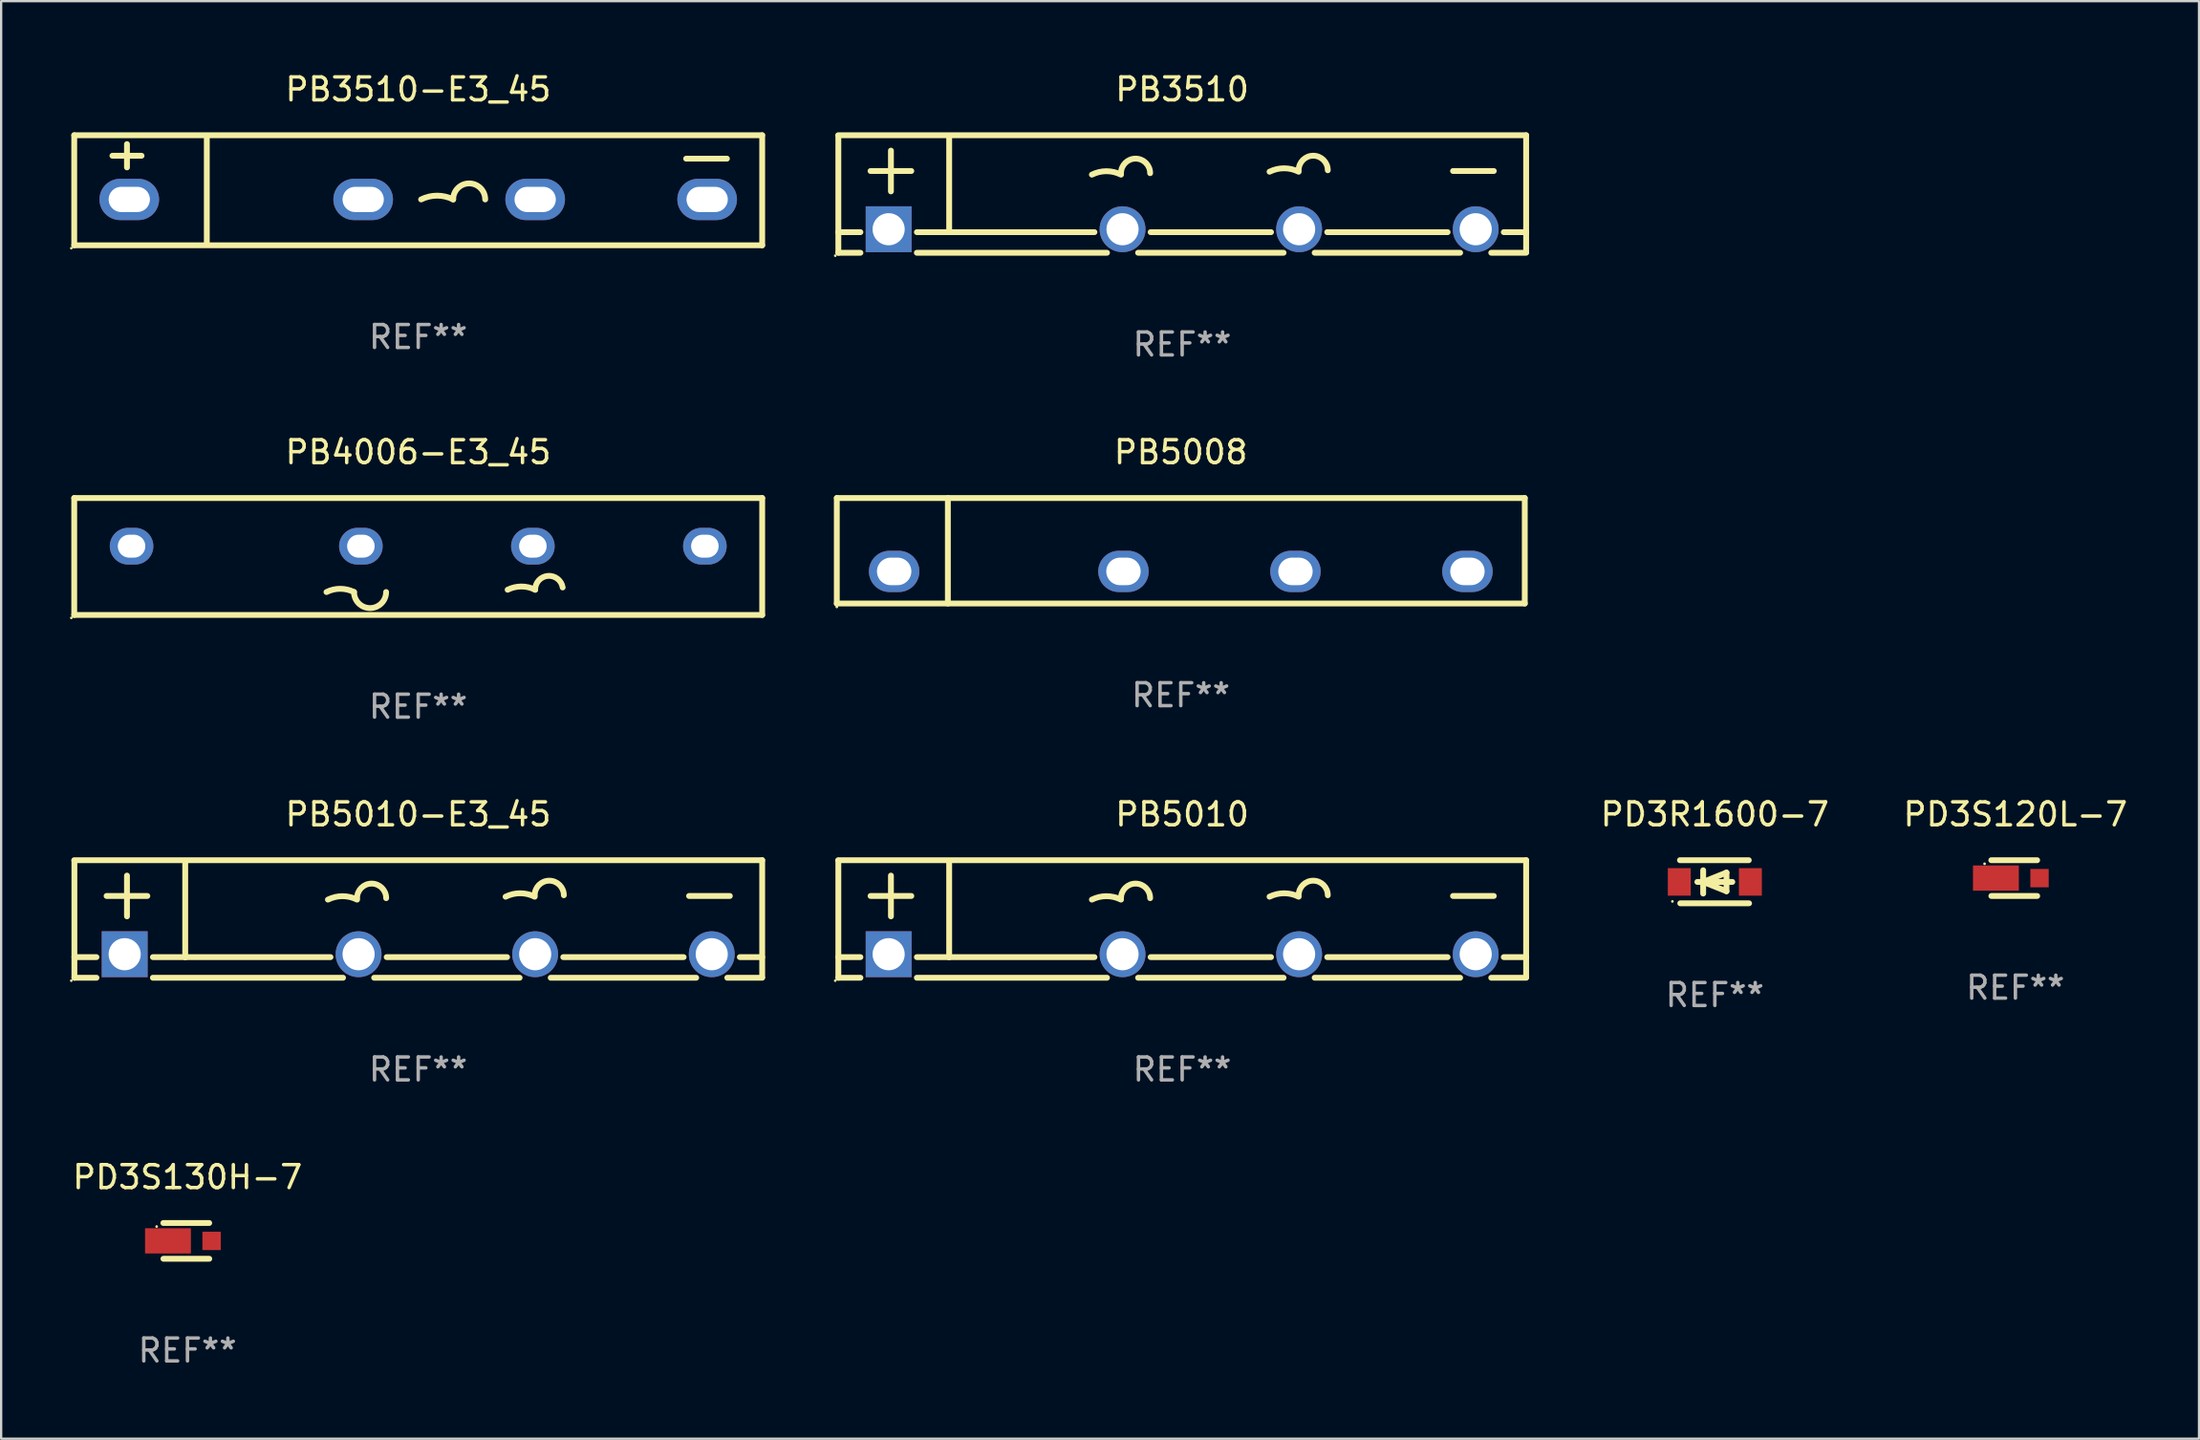
<source format=kicad_pcb>
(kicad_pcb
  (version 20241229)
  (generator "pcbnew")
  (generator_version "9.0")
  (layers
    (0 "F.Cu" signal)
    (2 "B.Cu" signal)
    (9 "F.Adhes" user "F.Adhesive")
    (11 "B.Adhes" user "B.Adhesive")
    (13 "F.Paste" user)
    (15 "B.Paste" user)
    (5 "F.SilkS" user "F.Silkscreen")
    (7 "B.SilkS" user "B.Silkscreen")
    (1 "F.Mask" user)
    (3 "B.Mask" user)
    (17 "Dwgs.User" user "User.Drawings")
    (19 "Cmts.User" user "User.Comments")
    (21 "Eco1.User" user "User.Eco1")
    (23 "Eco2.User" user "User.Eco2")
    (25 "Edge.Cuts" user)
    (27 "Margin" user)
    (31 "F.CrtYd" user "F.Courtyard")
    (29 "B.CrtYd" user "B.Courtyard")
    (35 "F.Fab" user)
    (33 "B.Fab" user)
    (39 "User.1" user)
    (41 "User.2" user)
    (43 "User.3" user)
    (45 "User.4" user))
  (footprint "PD3S120L-7"
    (layer "F.Cu")
    (at 84.836 35.247)
    (property "Reference" "PD3S120L-7" (at 0 -2.78 0) (layer "F.SilkS") (effects (font (size 1 1) (thickness 0.15))))
    (attr through_hole)
    (fp_line (start -1.049 0.78) (end 0.951 0.78) (stroke (width 0.254) (type solid)) (layer "F.SilkS"))
    (fp_line (start 0.948 -0.78) (end -1.052 -0.78) (stroke (width 0.254) (type solid)) (layer "F.SilkS"))
    (fp_circle (center -1.344 -0.625) (end -1.314 -0.625) (stroke (width 0.06) (type solid)) (fill no) (layer "F.SilkS"))
    (fp_text user "REF**" (at 0 4.78 0) (layer "F.Fab") (effects (font (size 1 1) (thickness 0.15))))
    (pad "1" smd rect (at -0.85 -0.001) (size 2 1.1) (layers "F.Cu" "F.Mask" "F.Paste"))
    (pad "2" smd rect (at 1.052 0.001) (size 0.8 0.8) (layers "F.Cu" "F.Mask" "F.Paste")))
  (footprint "PD3S130H-7"
    (layer "F.Cu")
    (at 5.125 51.07)
    (property "Reference" "PD3S130H-7" (at 0 -2.78 0) (layer "F.SilkS") (effects (font (size 1 1) (thickness 0.15))))
    (attr through_hole)
    (fp_line (start -1.049 0.78) (end 0.951 0.78) (stroke (width 0.254) (type solid)) (layer "F.SilkS"))
    (fp_line (start 0.948 -0.78) (end -1.052 -0.78) (stroke (width 0.254) (type solid)) (layer "F.SilkS"))
    (fp_circle (center -1.344 -0.625) (end -1.314 -0.625) (stroke (width 0.06) (type solid)) (fill no) (layer "F.SilkS"))
    (fp_text user "REF**" (at 0 4.78 0) (layer "F.Fab") (effects (font (size 1 1) (thickness 0.15))))
    (pad "1" smd rect (at -0.85 -0.001) (size 2 1.1) (layers "F.Cu" "F.Mask" "F.Paste"))
    (pad "2" smd rect (at 1.052 0.001) (size 0.8 0.8) (layers "F.Cu" "F.Mask" "F.Paste")))
  (footprint "PB4006-E3_45"
    (layer "F.Cu")
    (at 15.187 21.221)
    (property "Reference" "PB4006-E3_45" (at 0 -4.55 0) (layer "F.SilkS") (effects (font (size 1 1) (thickness 0.15))))
    (attr through_hole)
    (fp_line (start -15 -2.55) (end -15 2.55) (stroke (width 0.254) (type solid)) (layer "F.SilkS"))
    (fp_line (start -15 -2.55) (end 15 -2.55) (stroke (width 0.254) (type solid)) (layer "F.SilkS"))
    (fp_line (start -15 2.55) (end 15 2.55) (stroke (width 0.254) (type solid)) (layer "F.SilkS"))
    (fp_line (start 15 -2.55) (end 15 2.55) (stroke (width 0.254) (type solid)) (layer "F.SilkS"))
    (fp_arc (start -4 1.55) (mid -3.4 1.408359) (end -2.8 1.55) (stroke (width 0.254001) (type solid)) (layer "F.SilkS"))
    (fp_arc (start -1.4 1.55) (mid -2.100355 2.248832) (end -2.799695 1.548985) (stroke (width 0.254001) (type solid)) (layer "F.SilkS"))
    (fp_arc (start 3.9 1.45) (mid 4.500013 1.308355) (end 5.100026 1.45) (stroke (width 0.254001) (type solid)) (layer "F.SilkS"))
    (fp_arc (start 5.099722 1.449924) (mid 5.653751 0.845936) (end 6.300025 1.35) (stroke (width 0.254001) (type solid)) (layer "F.SilkS"))
    (fp_circle (center -15.127 2.677) (end -15.097 2.677) (stroke (width 0.06) (type solid)) (fill no) (layer "F.SilkS"))
    (fp_text user "+" (at -13.4 2.45 0) (layer "B.Mask") (effects (font (size 1 1) (thickness 0.15))))
    (fp_text user "-" (at 11.7 2.35 0) (layer "B.Mask") (effects (font (size 1 1) (thickness 0.15))))
    (fp_text user "REF**" (at 0 6.55 0) (layer "F.Fab") (effects (font (size 1 1) (thickness 0.15))))
    (pad "1" thru_hole oval (at -12.5 -0.45) (size 1.9 1.6) (drill oval 1.2 1) (layers "*.Cu" "*.Mask"))
    (pad "2" thru_hole oval (at -2.5 -0.45) (size 1.9 1.6) (drill oval 1.2 1) (layers "*.Cu" "*.Mask"))
    (pad "3" thru_hole oval (at 5 -0.45) (size 1.9 1.6) (drill oval 1.2 1) (layers "*.Cu" "*.Mask"))
    (pad "4" thru_hole oval (at 12.5 -0.45) (size 1.9 1.6) (drill oval 1.2 1) (layers "*.Cu" "*.Mask")))
  (footprint "PB3510"
    (layer "F.Cu")
    (at 48.501 5.411)
    (property "Reference" "PB3510" (at 0 -4.563 0) (layer "F.SilkS") (effects (font (size 1 1) (thickness 0.15))))
    (attr through_hole)
    (fp_line (start -15 -2.563) (end 15 -2.563) (stroke (width 0.254) (type solid)) (layer "F.SilkS"))
    (fp_line (start -14.993 2.563) (end -14.993 -2.537) (stroke (width 0.254) (type solid)) (layer "F.SilkS"))
    (fp_line (start -14.993 2.563) (end -14.03 2.563) (stroke (width 0.254) (type solid)) (layer "F.SilkS"))
    (fp_line (start -14.031 1.664) (end -14.993 1.664) (stroke (width 0.254) (type solid)) (layer "F.SilkS"))
    (fp_line (start -13.589 -1.003) (end -11.811 -1.003) (stroke (width 0.254) (type solid)) (layer "F.SilkS"))
    (fp_line (start -12.7 -1.892) (end -12.7 -0.114) (stroke (width 0.254) (type solid)) (layer "F.SilkS"))
    (fp_line (start -11.57 2.563) (end -3.278 2.563) (stroke (width 0.254) (type solid)) (layer "F.SilkS"))
    (fp_line (start -10.16 -2.527) (end -10.16 1.664) (stroke (width 0.254) (type solid)) (layer "F.SilkS"))
    (fp_line (start -10.16 1.664) (end -11.569 1.664) (stroke (width 0.254) (type solid)) (layer "F.SilkS"))
    (fp_line (start -10.16 1.664) (end -3.825 1.664) (stroke (width 0.254) (type solid)) (layer "F.SilkS"))
    (fp_line (start -1.922 2.563) (end 4.422 2.563) (stroke (width 0.254) (type solid)) (layer "F.SilkS"))
    (fp_line (start -1.375 1.664) (end 3.875 1.664) (stroke (width 0.254) (type solid)) (layer "F.SilkS"))
    (fp_line (start 5.778 2.563) (end 12.122 2.563) (stroke (width 0.254) (type solid)) (layer "F.SilkS"))
    (fp_line (start 6.325 1.664) (end 11.575 1.664) (stroke (width 0.254) (type solid)) (layer "F.SilkS"))
    (fp_line (start 11.811 -1.003) (end 13.589 -1.003) (stroke (width 0.254) (type solid)) (layer "F.SilkS"))
    (fp_line (start 13.478 2.563) (end 15 2.563) (stroke (width 0.254) (type solid)) (layer "F.SilkS"))
    (fp_line (start 14.025 1.664) (end 15 1.664) (stroke (width 0.254) (type solid)) (layer "F.SilkS"))
    (fp_line (start 15 -2.563) (end 15 2.537) (stroke (width 0.254) (type solid)) (layer "F.SilkS"))
    (fp_arc (start -3.936919 -0.844247) (mid -3.301918 -0.99415) (end -2.666916 -0.844247) (stroke (width 0.254001) (type solid)) (layer "F.SilkS"))
    (fp_arc (start -2.667043 -0.907747) (mid -2.032042 -1.542748) (end -1.397041 -0.907747) (stroke (width 0.254001) (type solid)) (layer "F.SilkS"))
    (fp_arc (start 3.810097 -0.971247) (mid 4.445098 -1.12115) (end 5.080099 -0.971247) (stroke (width 0.254001) (type solid)) (layer "F.SilkS"))
    (fp_arc (start 5.079971 -1.034747) (mid 5.714973 -1.669749) (end 6.349975 -1.034747) (stroke (width 0.254001) (type solid)) (layer "F.SilkS"))
    (fp_circle (center -15.127 2.69) (end -15.097 2.69) (stroke (width 0.06) (type solid)) (fill no) (layer "F.SilkS"))
    (fp_text user "REF**" (at 0 6.563 0) (layer "F.Fab") (effects (font (size 1 1) (thickness 0.15))))
    (pad "1" thru_hole rect (at -12.8 1.537) (size 2 2) (drill 1.4) (layers "*.Cu" "*.Mask"))
    (pad "2" thru_hole circle (at -2.6 1.537) (size 2 2) (drill 1.4) (layers "*.Cu" "*.Mask"))
    (pad "3" thru_hole circle (at 5.1 1.537) (size 2 2) (drill 1.4) (layers "*.Cu" "*.Mask"))
    (pad "4" thru_hole circle (at 12.8 1.537) (size 2 2) (drill 1.4) (layers "*.Cu" "*.Mask")))
  (footprint "PB5008"
    (layer "F.Cu")
    (at 48.441 20.971)
    (property "Reference" "PB5008" (at 0 -4.3 0) (layer "F.SilkS") (effects (font (size 1 1) (thickness 0.15))))
    (attr through_hole)
    (fp_line (start -15 -2.3) (end -15 2.3) (stroke (width 0.254) (type solid)) (layer "F.SilkS"))
    (fp_line (start -15 -2.3) (end 15 -2.3) (stroke (width 0.254) (type solid)) (layer "F.SilkS"))
    (fp_line (start -15 2.3) (end 15 2.3) (stroke (width 0.254) (type solid)) (layer "F.SilkS"))
    (fp_line (start -10.157 -2.3) (end -10.157 2.3) (stroke (width 0.254) (type solid)) (layer "F.SilkS"))
    (fp_line (start 15 -2.3) (end 15 2.3) (stroke (width 0.254) (type solid)) (layer "F.SilkS"))
    (fp_circle (center -15 2.45) (end -14.97 2.45) (stroke (width 0.06) (type solid)) (fill no) (layer "F.SilkS"))
    (fp_text user "-" (at 11.811 -0.17 0) (layer "B.Mask") (effects (font (size 1 1) (thickness 0.15))))
    (fp_text user "+" (at -13.462 -0.17 0) (layer "B.Mask") (effects (font (size 1 1) (thickness 0.15))))
    (fp_text user "AC" (at -0.635 0.338 0) (layer "B.Mask") (effects (font (size 1 1) (thickness 0.15))))
    (fp_text user "REF**" (at 0 6.3 0) (layer "F.Fab") (effects (font (size 1 1) (thickness 0.15))))
    (pad "1" thru_hole oval (at -12.5 0.9) (size 2.2 1.8) (drill oval 1.5 1.2) (layers "*.Cu" "*.Mask"))
    (pad "2" thru_hole oval (at -2.5 0.9) (size 2.2 1.8) (drill oval 1.5 1.2) (layers "*.Cu" "*.Mask"))
    (pad "3" thru_hole oval (at 5 0.9) (size 2.2 1.8) (drill oval 1.5 1.2) (layers "*.Cu" "*.Mask"))
    (pad "4" thru_hole oval (at 12.5 0.9) (size 2.2 1.8) (drill oval 1.5 1.2) (layers "*.Cu" "*.Mask")))
  (footprint "PD3R1600-7"
    (layer "F.Cu")
    (at 71.729 35.407)
    (property "Reference" "PD3R1600-7" (at 0 -2.94 0) (layer "F.SilkS") (effects (font (size 1 1) (thickness 0.15))))
    (attr through_hole)
    (fp_line (start -1.52 -0.94) (end 1.48 -0.94) (stroke (width 0.254) (type solid)) (layer "F.SilkS"))
    (fp_line (start -1.507 0.94) (end 1.493 0.94) (stroke (width 0.254) (type solid)) (layer "F.SilkS"))
    (fp_line (start -0.762 0.007) (end 0.762 0.007) (stroke (width 0.254) (type solid)) (layer "F.SilkS"))
    (fp_line (start -0.508 -0.501) (end -0.508 0.515) (stroke (width 0.254) (type solid)) (layer "F.SilkS"))
    (fp_line (start -0.508 0.007) (end 0.508 -0.4) (stroke (width 0.254) (type solid)) (layer "F.SilkS"))
    (fp_line (start 0.508 -0.4) (end 0.508 0.413) (stroke (width 0.254) (type solid)) (layer "F.SilkS"))
    (fp_line (start 0.508 0.413) (end -0.508 0.007) (stroke (width 0.254) (type solid)) (layer "F.SilkS"))
    (fp_circle (center -1.85 0.857) (end -1.82 0.857) (stroke (width 0.06) (type solid)) (fill no) (layer "F.SilkS"))
    (fp_text user "REF**" (at 0 4.94 0) (layer "F.Fab") (effects (font (size 1 1) (thickness 0.15))))
    (pad "1" smd rect (at -1.55 0.007) (size 1 1.2) (layers "F.Cu" "F.Mask" "F.Paste"))
    (pad "2" smd rect (at 1.55 0.007) (size 1 1.2) (layers "F.Cu" "F.Mask" "F.Paste")))
  (footprint "PB5010-E3_45"
    (layer "F.Cu")
    (at 15.187 37.03)
    (property "Reference" "PB5010-E3_45" (at 0 -4.563 0) (layer "F.SilkS") (effects (font (size 1 1) (thickness 0.15))))
    (attr through_hole)
    (fp_line (start -15 -2.563) (end 15 -2.563) (stroke (width 0.254) (type solid)) (layer "F.SilkS"))
    (fp_line (start -14.993 2.563) (end -14.993 -2.537) (stroke (width 0.254) (type solid)) (layer "F.SilkS"))
    (fp_line (start -14.993 2.563) (end -14.03 2.563) (stroke (width 0.254) (type solid)) (layer "F.SilkS"))
    (fp_line (start -14.031 1.664) (end -14.993 1.664) (stroke (width 0.254) (type solid)) (layer "F.SilkS"))
    (fp_line (start -13.589 -1.003) (end -11.811 -1.003) (stroke (width 0.254) (type solid)) (layer "F.SilkS"))
    (fp_line (start -12.7 -1.892) (end -12.7 -0.114) (stroke (width 0.254) (type solid)) (layer "F.SilkS"))
    (fp_line (start -11.57 2.563) (end -3.278 2.563) (stroke (width 0.254) (type solid)) (layer "F.SilkS"))
    (fp_line (start -10.16 -2.527) (end -10.16 1.664) (stroke (width 0.254) (type solid)) (layer "F.SilkS"))
    (fp_line (start -10.16 1.664) (end -11.569 1.664) (stroke (width 0.254) (type solid)) (layer "F.SilkS"))
    (fp_line (start -10.16 1.664) (end -3.825 1.664) (stroke (width 0.254) (type solid)) (layer "F.SilkS"))
    (fp_line (start -1.922 2.563) (end 4.422 2.563) (stroke (width 0.254) (type solid)) (layer "F.SilkS"))
    (fp_line (start -1.375 1.664) (end 3.875 1.664) (stroke (width 0.254) (type solid)) (layer "F.SilkS"))
    (fp_line (start 5.778 2.563) (end 12.122 2.563) (stroke (width 0.254) (type solid)) (layer "F.SilkS"))
    (fp_line (start 6.325 1.664) (end 11.575 1.664) (stroke (width 0.254) (type solid)) (layer "F.SilkS"))
    (fp_line (start 11.811 -1.003) (end 13.589 -1.003) (stroke (width 0.254) (type solid)) (layer "F.SilkS"))
    (fp_line (start 13.478 2.563) (end 15 2.563) (stroke (width 0.254) (type solid)) (layer "F.SilkS"))
    (fp_line (start 14.025 1.664) (end 15 1.664) (stroke (width 0.254) (type solid)) (layer "F.SilkS"))
    (fp_line (start 15 -2.563) (end 15 2.537) (stroke (width 0.254) (type solid)) (layer "F.SilkS"))
    (fp_arc (start -3.936919 -0.844247) (mid -3.301918 -0.99415) (end -2.666916 -0.844247) (stroke (width 0.254001) (type solid)) (layer "F.SilkS"))
    (fp_arc (start -2.667043 -0.907747) (mid -2.032042 -1.542748) (end -1.397041 -0.907747) (stroke (width 0.254001) (type solid)) (layer "F.SilkS"))
    (fp_arc (start 3.810097 -0.971247) (mid 4.445098 -1.12115) (end 5.080099 -0.971247) (stroke (width 0.254001) (type solid)) (layer "F.SilkS"))
    (fp_arc (start 5.079971 -1.034747) (mid 5.714973 -1.669749) (end 6.349975 -1.034747) (stroke (width 0.254001) (type solid)) (layer "F.SilkS"))
    (fp_circle (center -15.127 2.69) (end -15.097 2.69) (stroke (width 0.06) (type solid)) (fill no) (layer "F.SilkS"))
    (fp_text user "REF**" (at 0 6.563 0) (layer "F.Fab") (effects (font (size 1 1) (thickness 0.15))))
    (pad "1" thru_hole rect (at -12.8 1.537) (size 2 2) (drill 1.4) (layers "*.Cu" "*.Mask"))
    (pad "2" thru_hole circle (at -2.6 1.537) (size 2 2) (drill 1.4) (layers "*.Cu" "*.Mask"))
    (pad "3" thru_hole circle (at 5.1 1.537) (size 2 2) (drill 1.4) (layers "*.Cu" "*.Mask"))
    (pad "4" thru_hole circle (at 12.8 1.537) (size 2 2) (drill 1.4) (layers "*.Cu" "*.Mask")))
  (footprint "PB5010"
    (layer "F.Cu")
    (at 48.501 37.03)
    (property "Reference" "PB5010" (at 0 -4.563 0) (layer "F.SilkS") (effects (font (size 1 1) (thickness 0.15))))
    (attr through_hole)
    (fp_line (start -15 -2.563) (end 15 -2.563) (stroke (width 0.254) (type solid)) (layer "F.SilkS"))
    (fp_line (start -14.993 2.563) (end -14.993 -2.537) (stroke (width 0.254) (type solid)) (layer "F.SilkS"))
    (fp_line (start -14.993 2.563) (end -14.03 2.563) (stroke (width 0.254) (type solid)) (layer "F.SilkS"))
    (fp_line (start -14.031 1.664) (end -14.993 1.664) (stroke (width 0.254) (type solid)) (layer "F.SilkS"))
    (fp_line (start -13.589 -1.003) (end -11.811 -1.003) (stroke (width 0.254) (type solid)) (layer "F.SilkS"))
    (fp_line (start -12.7 -1.892) (end -12.7 -0.114) (stroke (width 0.254) (type solid)) (layer "F.SilkS"))
    (fp_line (start -11.57 2.563) (end -3.278 2.563) (stroke (width 0.254) (type solid)) (layer "F.SilkS"))
    (fp_line (start -10.16 -2.527) (end -10.16 1.664) (stroke (width 0.254) (type solid)) (layer "F.SilkS"))
    (fp_line (start -10.16 1.664) (end -11.569 1.664) (stroke (width 0.254) (type solid)) (layer "F.SilkS"))
    (fp_line (start -10.16 1.664) (end -3.825 1.664) (stroke (width 0.254) (type solid)) (layer "F.SilkS"))
    (fp_line (start -1.922 2.563) (end 4.422 2.563) (stroke (width 0.254) (type solid)) (layer "F.SilkS"))
    (fp_line (start -1.375 1.664) (end 3.875 1.664) (stroke (width 0.254) (type solid)) (layer "F.SilkS"))
    (fp_line (start 5.778 2.563) (end 12.122 2.563) (stroke (width 0.254) (type solid)) (layer "F.SilkS"))
    (fp_line (start 6.325 1.664) (end 11.575 1.664) (stroke (width 0.254) (type solid)) (layer "F.SilkS"))
    (fp_line (start 11.811 -1.003) (end 13.589 -1.003) (stroke (width 0.254) (type solid)) (layer "F.SilkS"))
    (fp_line (start 13.478 2.563) (end 15 2.563) (stroke (width 0.254) (type solid)) (layer "F.SilkS"))
    (fp_line (start 14.025 1.664) (end 15 1.664) (stroke (width 0.254) (type solid)) (layer "F.SilkS"))
    (fp_line (start 15 -2.563) (end 15 2.537) (stroke (width 0.254) (type solid)) (layer "F.SilkS"))
    (fp_arc (start -3.936919 -0.844247) (mid -3.301918 -0.99415) (end -2.666916 -0.844247) (stroke (width 0.254001) (type solid)) (layer "F.SilkS"))
    (fp_arc (start -2.667043 -0.907747) (mid -2.032042 -1.542748) (end -1.397041 -0.907747) (stroke (width 0.254001) (type solid)) (layer "F.SilkS"))
    (fp_arc (start 3.810097 -0.971247) (mid 4.445098 -1.12115) (end 5.080099 -0.971247) (stroke (width 0.254001) (type solid)) (layer "F.SilkS"))
    (fp_arc (start 5.079971 -1.034747) (mid 5.714973 -1.669749) (end 6.349975 -1.034747) (stroke (width 0.254001) (type solid)) (layer "F.SilkS"))
    (fp_circle (center -15.127 2.69) (end -15.097 2.69) (stroke (width 0.06) (type solid)) (fill no) (layer "F.SilkS"))
    (fp_text user "REF**" (at 0 6.563 0) (layer "F.Fab") (effects (font (size 1 1) (thickness 0.15))))
    (pad "1" thru_hole rect (at -12.8 1.537) (size 2 2) (drill 1.4) (layers "*.Cu" "*.Mask"))
    (pad "2" thru_hole circle (at -2.6 1.537) (size 2 2) (drill 1.4) (layers "*.Cu" "*.Mask"))
    (pad "3" thru_hole circle (at 5.1 1.537) (size 2 2) (drill 1.4) (layers "*.Cu" "*.Mask"))
    (pad "4" thru_hole circle (at 12.8 1.537) (size 2 2) (drill 1.4) (layers "*.Cu" "*.Mask")))
  (footprint "PB3510-E3_45"
    (layer "F.Cu")
    (at 15.187 5.248)
    (property "Reference" "PB3510-E3_45" (at 0 -4.4 0) (layer "F.SilkS") (effects (font (size 1 1) (thickness 0.15))))
    (attr through_hole)
    (fp_line (start -15 -2.4) (end -15 2.4) (stroke (width 0.254) (type solid)) (layer "F.SilkS"))
    (fp_line (start -15 -2.4) (end 15 -2.4) (stroke (width 0.254) (type solid)) (layer "F.SilkS"))
    (fp_line (start -15 2.4) (end 15 2.4) (stroke (width 0.254) (type solid)) (layer "F.SilkS"))
    (fp_line (start -13.335 -1.505) (end -12.065 -1.505) (stroke (width 0.254) (type solid)) (layer "F.SilkS"))
    (fp_line (start -12.7 -0.997) (end -12.7 -2.013) (stroke (width 0.254) (type solid)) (layer "F.SilkS"))
    (fp_line (start -9.219 -2.3) (end -9.219 2.3) (stroke (width 0.254) (type solid)) (layer "F.SilkS"))
    (fp_line (start 11.684 -1.378) (end 13.462 -1.378) (stroke (width 0.254) (type solid)) (layer "F.SilkS"))
    (fp_line (start 15 -2.4) (end 15 2.4) (stroke (width 0.254) (type solid)) (layer "F.SilkS"))
    (fp_arc (start 0.127 0.400013) (mid 0.825501 0.235119) (end 1.524002 0.400012) (stroke (width 0.254001) (type solid)) (layer "F.SilkS"))
    (fp_arc (start 1.524002 0.400013) (mid 2.222504 -0.298489) (end 2.921006 0.400013) (stroke (width 0.254001) (type solid)) (layer "F.SilkS"))
    (fp_circle (center -15.127 2.527) (end -15.097 2.527) (stroke (width 0.06) (type solid)) (fill no) (layer "F.SilkS"))
    (fp_text user "REF**" (at 0 6.4 0) (layer "F.Fab") (effects (font (size 1 1) (thickness 0.15))))
    (pad "1" thru_hole oval (at -12.6 0.4 90) (size 1.8 2.6) (drill oval 1.1 1.8) (layers "*.Cu" "*.Mask"))
    (pad "2" thru_hole oval (at -2.4 0.4 90) (size 1.8 2.6) (drill oval 1.1 1.8) (layers "*.Cu" "*.Mask"))
    (pad "3" thru_hole oval (at 5.1 0.4 90) (size 1.8 2.6) (drill oval 1.1 1.8) (layers "*.Cu" "*.Mask"))
    (pad "4" thru_hole oval (at 12.6 0.4 90) (size 1.8 2.6) (drill oval 1.1 1.8) (layers "*.Cu" "*.Mask")))
  (gr_rect
    (start -3 -3)
    (end 92.842 59.698)
    (stroke (width 0.1) (type default))
    (fill no)
    (layer "Edge.Cuts")))
</source>
